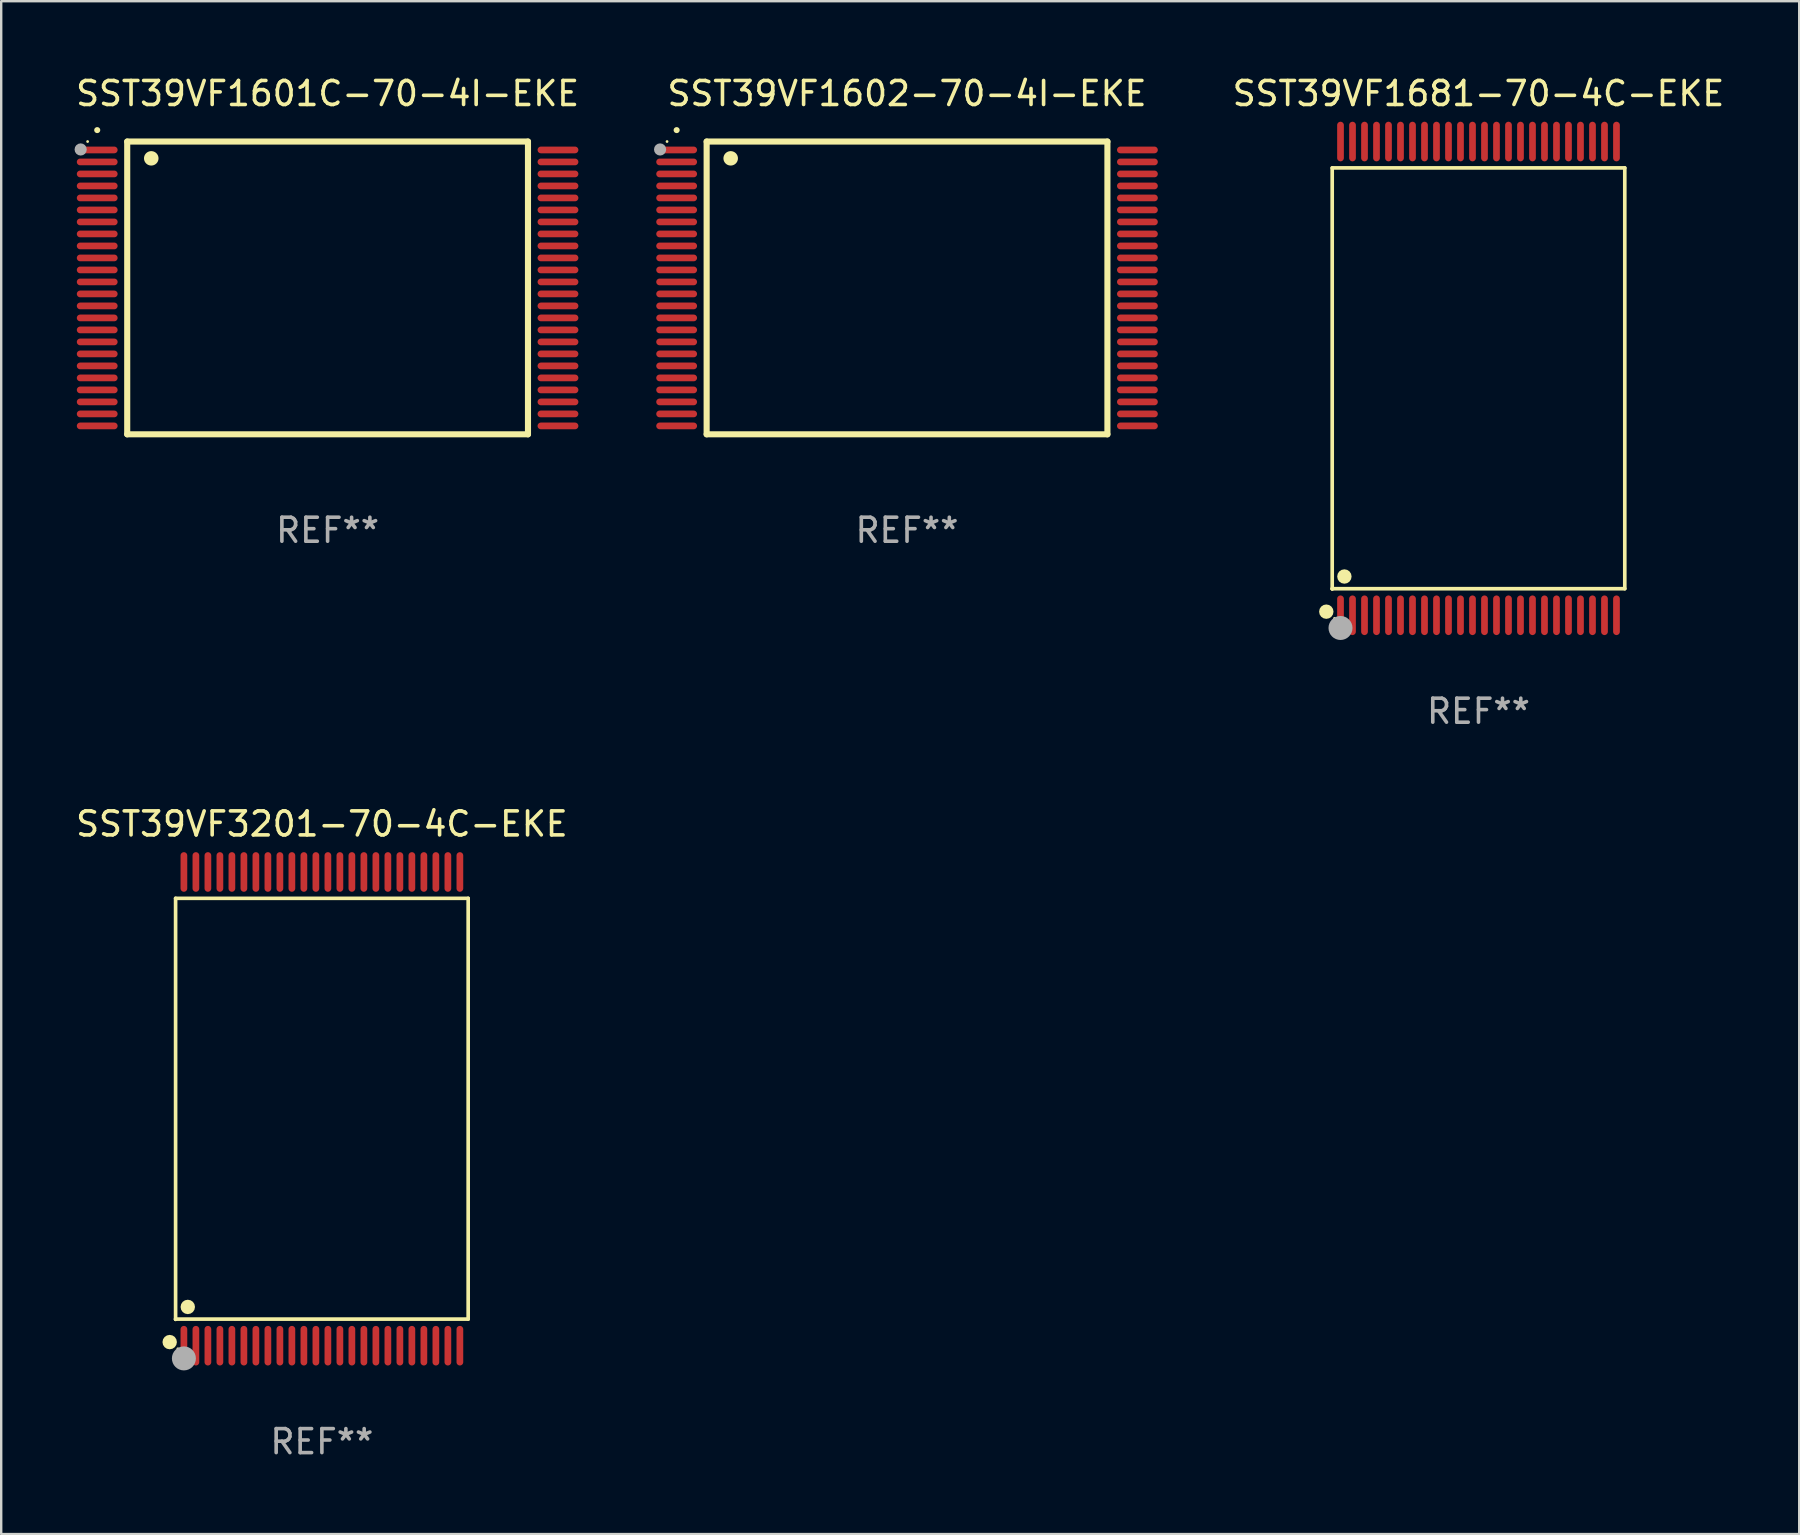
<source format=kicad_pcb>
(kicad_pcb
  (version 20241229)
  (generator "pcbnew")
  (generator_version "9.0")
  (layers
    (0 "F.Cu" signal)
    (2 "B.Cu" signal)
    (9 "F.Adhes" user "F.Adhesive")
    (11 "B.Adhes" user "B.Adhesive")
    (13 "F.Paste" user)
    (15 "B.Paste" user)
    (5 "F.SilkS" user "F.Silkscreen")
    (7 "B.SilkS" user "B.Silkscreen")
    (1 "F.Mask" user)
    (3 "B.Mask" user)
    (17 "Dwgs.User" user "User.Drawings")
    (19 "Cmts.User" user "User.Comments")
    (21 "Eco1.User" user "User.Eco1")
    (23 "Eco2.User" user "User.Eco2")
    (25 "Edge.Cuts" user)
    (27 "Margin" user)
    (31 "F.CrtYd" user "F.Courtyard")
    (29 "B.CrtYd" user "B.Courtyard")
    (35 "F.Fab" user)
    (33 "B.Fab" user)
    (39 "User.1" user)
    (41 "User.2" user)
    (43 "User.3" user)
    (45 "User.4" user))
  (footprint "SST39VF1602-70-4I-EKE"
    (layer "F.Cu")
    (at 34.746 8.948)
    (property "Reference" "SST39VF1602-70-4I-EKE" (at 0 -8.1 0) (layer "F.SilkS") (effects (font (size 1 1) (thickness 0.15))))
    (attr through_hole)
    (fp_line (start -8.35 -6.1) (end 8.35 -6.1) (stroke (width 0.254) (type solid)) (layer "F.SilkS"))
    (fp_line (start -8.35 6.1) (end -8.35 -6.1) (stroke (width 0.254) (type solid)) (layer "F.SilkS"))
    (fp_line (start 8.35 -6.1) (end 8.35 6.1) (stroke (width 0.254) (type solid)) (layer "F.SilkS"))
    (fp_line (start 8.35 6.1) (end -8.35 6.1) (stroke (width 0.254) (type solid)) (layer "F.SilkS"))
    (fp_arc (start -9.601219 -6.57606) (mid -9.599949 -6.576066) (end -9.598679 -6.57606) (stroke (width 0.25) (type solid)) (layer "F.SilkS"))
    (fp_arc (start -7.350775 -5.400038) (mid -7.348235 -5.400049) (end -7.345695 -5.400038) (stroke (width 0.6) (type solid)) (layer "F.SilkS"))
    (fp_circle (center -10 -6.1) (end -9.97 -6.1) (stroke (width 0.06) (type solid)) (fill no) (layer "F.SilkS"))
    (fp_circle (center -10.29 -5.77) (end -10.163 -5.77) (stroke (width 0.254) (type solid)) (fill no) (layer "F.Fab"))
    (fp_text user "REF**" (at 0 10.1 0) (layer "F.Fab") (effects (font (size 1 1) (thickness 0.15))))
    (pad "1" smd oval (at -9.6 -5.75 90) (size 0.28 1.7) (layers "F.Cu" "F.Mask" "F.Paste"))
    (pad "2" smd oval (at -9.6 -5.25 90) (size 0.28 1.7) (layers "F.Cu" "F.Mask" "F.Paste"))
    (pad "3" smd oval (at -9.6 -4.75 90) (size 0.28 1.7) (layers "F.Cu" "F.Mask" "F.Paste"))
    (pad "4" smd oval (at -9.6 -4.25 90) (size 0.28 1.7) (layers "F.Cu" "F.Mask" "F.Paste"))
    (pad "5" smd oval (at -9.6 -3.75 90) (size 0.28 1.7) (layers "F.Cu" "F.Mask" "F.Paste"))
    (pad "6" smd oval (at -9.6 -3.25 90) (size 0.28 1.7) (layers "F.Cu" "F.Mask" "F.Paste"))
    (pad "7" smd oval (at -9.6 -2.75 90) (size 0.28 1.7) (layers "F.Cu" "F.Mask" "F.Paste"))
    (pad "8" smd oval (at -9.6 -2.25 90) (size 0.28 1.7) (layers "F.Cu" "F.Mask" "F.Paste"))
    (pad "9" smd oval (at -9.6 -1.75 90) (size 0.28 1.7) (layers "F.Cu" "F.Mask" "F.Paste"))
    (pad "10" smd oval (at -9.6 -1.25 90) (size 0.28 1.7) (layers "F.Cu" "F.Mask" "F.Paste"))
    (pad "11" smd oval (at -9.6 -0.75 90) (size 0.28 1.7) (layers "F.Cu" "F.Mask" "F.Paste"))
    (pad "12" smd oval (at -9.6 -0.25 90) (size 0.28 1.7) (layers "F.Cu" "F.Mask" "F.Paste"))
    (pad "13" smd oval (at -9.6 0.25 90) (size 0.28 1.7) (layers "F.Cu" "F.Mask" "F.Paste"))
    (pad "14" smd oval (at -9.6 0.75 90) (size 0.28 1.7) (layers "F.Cu" "F.Mask" "F.Paste"))
    (pad "15" smd oval (at -9.6 1.25 90) (size 0.28 1.7) (layers "F.Cu" "F.Mask" "F.Paste"))
    (pad "16" smd oval (at -9.6 1.75 90) (size 0.28 1.7) (layers "F.Cu" "F.Mask" "F.Paste"))
    (pad "17" smd oval (at -9.6 2.25 90) (size 0.28 1.7) (layers "F.Cu" "F.Mask" "F.Paste"))
    (pad "18" smd oval (at -9.6 2.75 90) (size 0.28 1.7) (layers "F.Cu" "F.Mask" "F.Paste"))
    (pad "19" smd oval (at -9.6 3.25 90) (size 0.28 1.7) (layers "F.Cu" "F.Mask" "F.Paste"))
    (pad "20" smd oval (at -9.6 3.75 90) (size 0.28 1.7) (layers "F.Cu" "F.Mask" "F.Paste"))
    (pad "21" smd oval (at -9.6 4.25 90) (size 0.28 1.7) (layers "F.Cu" "F.Mask" "F.Paste"))
    (pad "22" smd oval (at -9.6 4.75 90) (size 0.28 1.7) (layers "F.Cu" "F.Mask" "F.Paste"))
    (pad "23" smd oval (at -9.6 5.25 90) (size 0.28 1.7) (layers "F.Cu" "F.Mask" "F.Paste"))
    (pad "24" smd oval (at -9.6 5.75 90) (size 0.28 1.7) (layers "F.Cu" "F.Mask" "F.Paste"))
    (pad "25" smd oval (at 9.6 5.75 90) (size 0.28 1.7) (layers "F.Cu" "F.Mask" "F.Paste"))
    (pad "26" smd oval (at 9.6 5.25 90) (size 0.28 1.7) (layers "F.Cu" "F.Mask" "F.Paste"))
    (pad "27" smd oval (at 9.6 4.75 90) (size 0.28 1.7) (layers "F.Cu" "F.Mask" "F.Paste"))
    (pad "28" smd oval (at 9.6 4.25 90) (size 0.28 1.7) (layers "F.Cu" "F.Mask" "F.Paste"))
    (pad "29" smd oval (at 9.6 3.75 90) (size 0.28 1.7) (layers "F.Cu" "F.Mask" "F.Paste"))
    (pad "30" smd oval (at 9.6 3.25 90) (size 0.28 1.7) (layers "F.Cu" "F.Mask" "F.Paste"))
    (pad "31" smd oval (at 9.6 2.75 90) (size 0.28 1.7) (layers "F.Cu" "F.Mask" "F.Paste"))
    (pad "32" smd oval (at 9.6 2.25 90) (size 0.28 1.7) (layers "F.Cu" "F.Mask" "F.Paste"))
    (pad "33" smd oval (at 9.6 1.75 90) (size 0.28 1.7) (layers "F.Cu" "F.Mask" "F.Paste"))
    (pad "34" smd oval (at 9.6 1.25 90) (size 0.28 1.7) (layers "F.Cu" "F.Mask" "F.Paste"))
    (pad "35" smd oval (at 9.6 0.75 90) (size 0.28 1.7) (layers "F.Cu" "F.Mask" "F.Paste"))
    (pad "36" smd oval (at 9.6 0.25 90) (size 0.28 1.7) (layers "F.Cu" "F.Mask" "F.Paste"))
    (pad "37" smd oval (at 9.6 -0.25 90) (size 0.28 1.7) (layers "F.Cu" "F.Mask" "F.Paste"))
    (pad "38" smd oval (at 9.6 -0.75 90) (size 0.28 1.7) (layers "F.Cu" "F.Mask" "F.Paste"))
    (pad "39" smd oval (at 9.6 -1.25 90) (size 0.28 1.7) (layers "F.Cu" "F.Mask" "F.Paste"))
    (pad "40" smd oval (at 9.6 -1.75 90) (size 0.28 1.7) (layers "F.Cu" "F.Mask" "F.Paste"))
    (pad "41" smd oval (at 9.6 -2.25 90) (size 0.28 1.7) (layers "F.Cu" "F.Mask" "F.Paste"))
    (pad "42" smd oval (at 9.6 -2.75 90) (size 0.28 1.7) (layers "F.Cu" "F.Mask" "F.Paste"))
    (pad "43" smd oval (at 9.6 -3.25 90) (size 0.28 1.7) (layers "F.Cu" "F.Mask" "F.Paste"))
    (pad "44" smd oval (at 9.6 -3.75 90) (size 0.28 1.7) (layers "F.Cu" "F.Mask" "F.Paste"))
    (pad "45" smd oval (at 9.6 -4.25 90) (size 0.28 1.7) (layers "F.Cu" "F.Mask" "F.Paste"))
    (pad "46" smd oval (at 9.6 -4.75 90) (size 0.28 1.7) (layers "F.Cu" "F.Mask" "F.Paste"))
    (pad "47" smd oval (at 9.6 -5.25 90) (size 0.28 1.7) (layers "F.Cu" "F.Mask" "F.Paste"))
    (pad "48" smd oval (at 9.6 -5.75 90) (size 0.28 1.7) (layers "F.Cu" "F.Mask" "F.Paste")))
  (footprint "SST39VF1681-70-4C-EKE"
    (layer "F.Cu")
    (at 58.559 12.718)
    (property "Reference" "SST39VF1681-70-4C-EKE" (at 0 -11.87 0) (layer "F.SilkS") (effects (font (size 1 1) (thickness 0.15))))
    (attr through_hole)
    (fp_line (start -6.096 -8.771) (end 6.096 -8.771) (stroke (width 0.152) (type solid)) (layer "F.SilkS"))
    (fp_line (start -6.096 8.763) (end -6.096 8.771) (stroke (width 0.152) (type solid)) (layer "F.SilkS"))
    (fp_line (start -6.096 8.771) (end -6.096 -8.771) (stroke (width 0.152) (type solid)) (layer "F.SilkS"))
    (fp_line (start 6.096 -8.771) (end 6.096 8.763) (stroke (width 0.152) (type solid)) (layer "F.SilkS"))
    (fp_line (start 6.096 8.763) (end -6.096 8.763) (stroke (width 0.152) (type solid)) (layer "F.SilkS"))
    (fp_circle (center -6.342 9.72) (end -6.192 9.72) (stroke (width 0.3) (type solid)) (fill no) (layer "F.SilkS"))
    (fp_circle (center -6 10) (end -5.97 10) (stroke (width 0.06) (type solid)) (fill no) (layer "F.SilkS"))
    (fp_circle (center -5.588 8.255) (end -5.438 8.255) (stroke (width 0.3) (type solid)) (fill no) (layer "F.SilkS"))
    (fp_circle (center -5.75 10.4) (end -5.5 10.4) (stroke (width 0.5) (type solid)) (fill no) (layer "F.Fab"))
    (fp_text user "REF**" (at 0 13.87 0) (layer "F.Fab") (effects (font (size 1 1) (thickness 0.15))))
    (pad "1" smd oval (at -5.75 9.87) (size 0.28 1.65) (layers "F.Cu" "F.Mask" "F.Paste"))
    (pad "2" smd oval (at -5.25 9.87) (size 0.28 1.65) (layers "F.Cu" "F.Mask" "F.Paste"))
    (pad "3" smd oval (at -4.75 9.87) (size 0.28 1.65) (layers "F.Cu" "F.Mask" "F.Paste"))
    (pad "4" smd oval (at -4.25 9.87) (size 0.28 1.65) (layers "F.Cu" "F.Mask" "F.Paste"))
    (pad "5" smd oval (at -3.75 9.87) (size 0.28 1.65) (layers "F.Cu" "F.Mask" "F.Paste"))
    (pad "6" smd oval (at -3.25 9.87) (size 0.28 1.65) (layers "F.Cu" "F.Mask" "F.Paste"))
    (pad "7" smd oval (at -2.75 9.87) (size 0.28 1.65) (layers "F.Cu" "F.Mask" "F.Paste"))
    (pad "8" smd oval (at -2.25 9.87) (size 0.28 1.65) (layers "F.Cu" "F.Mask" "F.Paste"))
    (pad "9" smd oval (at -1.75 9.87) (size 0.28 1.65) (layers "F.Cu" "F.Mask" "F.Paste"))
    (pad "10" smd oval (at -1.25 9.87) (size 0.28 1.65) (layers "F.Cu" "F.Mask" "F.Paste"))
    (pad "11" smd oval (at -0.75 9.87) (size 0.28 1.65) (layers "F.Cu" "F.Mask" "F.Paste"))
    (pad "12" smd oval (at -0.25 9.87) (size 0.28 1.65) (layers "F.Cu" "F.Mask" "F.Paste"))
    (pad "13" smd oval (at 0.25 9.87) (size 0.28 1.65) (layers "F.Cu" "F.Mask" "F.Paste"))
    (pad "14" smd oval (at 0.75 9.87) (size 0.28 1.65) (layers "F.Cu" "F.Mask" "F.Paste"))
    (pad "15" smd oval (at 1.25 9.87) (size 0.28 1.65) (layers "F.Cu" "F.Mask" "F.Paste"))
    (pad "16" smd oval (at 1.75 9.87) (size 0.28 1.65) (layers "F.Cu" "F.Mask" "F.Paste"))
    (pad "17" smd oval (at 2.25 9.87) (size 0.28 1.65) (layers "F.Cu" "F.Mask" "F.Paste"))
    (pad "18" smd oval (at 2.75 9.87) (size 0.28 1.65) (layers "F.Cu" "F.Mask" "F.Paste"))
    (pad "19" smd oval (at 3.25 9.87) (size 0.28 1.65) (layers "F.Cu" "F.Mask" "F.Paste"))
    (pad "20" smd oval (at 3.75 9.87) (size 0.28 1.65) (layers "F.Cu" "F.Mask" "F.Paste"))
    (pad "21" smd oval (at 4.25 9.87) (size 0.28 1.65) (layers "F.Cu" "F.Mask" "F.Paste"))
    (pad "22" smd oval (at 4.75 9.87) (size 0.28 1.65) (layers "F.Cu" "F.Mask" "F.Paste"))
    (pad "23" smd oval (at 5.25 9.87) (size 0.28 1.65) (layers "F.Cu" "F.Mask" "F.Paste"))
    (pad "24" smd oval (at 5.75 9.87) (size 0.28 1.65) (layers "F.Cu" "F.Mask" "F.Paste"))
    (pad "25" smd oval (at 5.75 -9.87) (size 0.28 1.65) (layers "F.Cu" "F.Mask" "F.Paste"))
    (pad "26" smd oval (at 5.25 -9.87) (size 0.28 1.65) (layers "F.Cu" "F.Mask" "F.Paste"))
    (pad "27" smd oval (at 4.75 -9.87) (size 0.28 1.65) (layers "F.Cu" "F.Mask" "F.Paste"))
    (pad "28" smd oval (at 4.25 -9.87) (size 0.28 1.65) (layers "F.Cu" "F.Mask" "F.Paste"))
    (pad "29" smd oval (at 3.75 -9.87) (size 0.28 1.65) (layers "F.Cu" "F.Mask" "F.Paste"))
    (pad "30" smd oval (at 3.25 -9.87) (size 0.28 1.65) (layers "F.Cu" "F.Mask" "F.Paste"))
    (pad "31" smd oval (at 2.75 -9.87) (size 0.28 1.65) (layers "F.Cu" "F.Mask" "F.Paste"))
    (pad "32" smd oval (at 2.25 -9.87) (size 0.28 1.65) (layers "F.Cu" "F.Mask" "F.Paste"))
    (pad "33" smd oval (at 1.75 -9.87) (size 0.28 1.65) (layers "F.Cu" "F.Mask" "F.Paste"))
    (pad "34" smd oval (at 1.25 -9.87) (size 0.28 1.65) (layers "F.Cu" "F.Mask" "F.Paste"))
    (pad "35" smd oval (at 0.75 -9.87) (size 0.28 1.65) (layers "F.Cu" "F.Mask" "F.Paste"))
    (pad "36" smd oval (at 0.25 -9.87) (size 0.28 1.65) (layers "F.Cu" "F.Mask" "F.Paste"))
    (pad "37" smd oval (at -0.25 -9.87) (size 0.28 1.65) (layers "F.Cu" "F.Mask" "F.Paste"))
    (pad "38" smd oval (at -0.75 -9.87) (size 0.28 1.65) (layers "F.Cu" "F.Mask" "F.Paste"))
    (pad "39" smd oval (at -1.25 -9.87) (size 0.28 1.65) (layers "F.Cu" "F.Mask" "F.Paste"))
    (pad "40" smd oval (at -1.75 -9.87) (size 0.28 1.65) (layers "F.Cu" "F.Mask" "F.Paste"))
    (pad "41" smd oval (at -2.25 -9.87) (size 0.28 1.65) (layers "F.Cu" "F.Mask" "F.Paste"))
    (pad "42" smd oval (at -2.75 -9.87) (size 0.28 1.65) (layers "F.Cu" "F.Mask" "F.Paste"))
    (pad "43" smd oval (at -3.25 -9.87) (size 0.28 1.65) (layers "F.Cu" "F.Mask" "F.Paste"))
    (pad "44" smd oval (at -3.75 -9.87) (size 0.28 1.65) (layers "F.Cu" "F.Mask" "F.Paste"))
    (pad "45" smd oval (at -4.25 -9.87) (size 0.28 1.65) (layers "F.Cu" "F.Mask" "F.Paste"))
    (pad "46" smd oval (at -4.75 -9.87) (size 0.28 1.65) (layers "F.Cu" "F.Mask" "F.Paste"))
    (pad "47" smd oval (at -5.25 -9.87) (size 0.28 1.65) (layers "F.Cu" "F.Mask" "F.Paste"))
    (pad "48" smd oval (at -5.75 -9.87) (size 0.28 1.65) (layers "F.Cu" "F.Mask" "F.Paste")))
  (footprint "SST39VF1601C-70-4I-EKE"
    (layer "F.Cu")
    (at 10.601 8.948)
    (property "Reference" "SST39VF1601C-70-4I-EKE" (at 0 -8.1 0) (layer "F.SilkS") (effects (font (size 1 1) (thickness 0.15))))
    (attr through_hole)
    (fp_line (start -8.35 -6.1) (end 8.35 -6.1) (stroke (width 0.254) (type solid)) (layer "F.SilkS"))
    (fp_line (start -8.35 6.1) (end -8.35 -6.1) (stroke (width 0.254) (type solid)) (layer "F.SilkS"))
    (fp_line (start 8.35 -6.1) (end 8.35 6.1) (stroke (width 0.254) (type solid)) (layer "F.SilkS"))
    (fp_line (start 8.35 6.1) (end -8.35 6.1) (stroke (width 0.254) (type solid)) (layer "F.SilkS"))
    (fp_arc (start -9.601219 -6.57606) (mid -9.599949 -6.576066) (end -9.598679 -6.57606) (stroke (width 0.25) (type solid)) (layer "F.SilkS"))
    (fp_arc (start -7.350775 -5.400038) (mid -7.348235 -5.400049) (end -7.345695 -5.400038) (stroke (width 0.6) (type solid)) (layer "F.SilkS"))
    (fp_circle (center -10 -6.1) (end -9.97 -6.1) (stroke (width 0.06) (type solid)) (fill no) (layer "F.SilkS"))
    (fp_circle (center -10.29 -5.77) (end -10.163 -5.77) (stroke (width 0.254) (type solid)) (fill no) (layer "F.Fab"))
    (fp_text user "REF**" (at 0 10.1 0) (layer "F.Fab") (effects (font (size 1 1) (thickness 0.15))))
    (pad "1" smd oval (at -9.6 -5.75 90) (size 0.28 1.7) (layers "F.Cu" "F.Mask" "F.Paste"))
    (pad "2" smd oval (at -9.6 -5.25 90) (size 0.28 1.7) (layers "F.Cu" "F.Mask" "F.Paste"))
    (pad "3" smd oval (at -9.6 -4.75 90) (size 0.28 1.7) (layers "F.Cu" "F.Mask" "F.Paste"))
    (pad "4" smd oval (at -9.6 -4.25 90) (size 0.28 1.7) (layers "F.Cu" "F.Mask" "F.Paste"))
    (pad "5" smd oval (at -9.6 -3.75 90) (size 0.28 1.7) (layers "F.Cu" "F.Mask" "F.Paste"))
    (pad "6" smd oval (at -9.6 -3.25 90) (size 0.28 1.7) (layers "F.Cu" "F.Mask" "F.Paste"))
    (pad "7" smd oval (at -9.6 -2.75 90) (size 0.28 1.7) (layers "F.Cu" "F.Mask" "F.Paste"))
    (pad "8" smd oval (at -9.6 -2.25 90) (size 0.28 1.7) (layers "F.Cu" "F.Mask" "F.Paste"))
    (pad "9" smd oval (at -9.6 -1.75 90) (size 0.28 1.7) (layers "F.Cu" "F.Mask" "F.Paste"))
    (pad "10" smd oval (at -9.6 -1.25 90) (size 0.28 1.7) (layers "F.Cu" "F.Mask" "F.Paste"))
    (pad "11" smd oval (at -9.6 -0.75 90) (size 0.28 1.7) (layers "F.Cu" "F.Mask" "F.Paste"))
    (pad "12" smd oval (at -9.6 -0.25 90) (size 0.28 1.7) (layers "F.Cu" "F.Mask" "F.Paste"))
    (pad "13" smd oval (at -9.6 0.25 90) (size 0.28 1.7) (layers "F.Cu" "F.Mask" "F.Paste"))
    (pad "14" smd oval (at -9.6 0.75 90) (size 0.28 1.7) (layers "F.Cu" "F.Mask" "F.Paste"))
    (pad "15" smd oval (at -9.6 1.25 90) (size 0.28 1.7) (layers "F.Cu" "F.Mask" "F.Paste"))
    (pad "16" smd oval (at -9.6 1.75 90) (size 0.28 1.7) (layers "F.Cu" "F.Mask" "F.Paste"))
    (pad "17" smd oval (at -9.6 2.25 90) (size 0.28 1.7) (layers "F.Cu" "F.Mask" "F.Paste"))
    (pad "18" smd oval (at -9.6 2.75 90) (size 0.28 1.7) (layers "F.Cu" "F.Mask" "F.Paste"))
    (pad "19" smd oval (at -9.6 3.25 90) (size 0.28 1.7) (layers "F.Cu" "F.Mask" "F.Paste"))
    (pad "20" smd oval (at -9.6 3.75 90) (size 0.28 1.7) (layers "F.Cu" "F.Mask" "F.Paste"))
    (pad "21" smd oval (at -9.6 4.25 90) (size 0.28 1.7) (layers "F.Cu" "F.Mask" "F.Paste"))
    (pad "22" smd oval (at -9.6 4.75 90) (size 0.28 1.7) (layers "F.Cu" "F.Mask" "F.Paste"))
    (pad "23" smd oval (at -9.6 5.25 90) (size 0.28 1.7) (layers "F.Cu" "F.Mask" "F.Paste"))
    (pad "24" smd oval (at -9.6 5.75 90) (size 0.28 1.7) (layers "F.Cu" "F.Mask" "F.Paste"))
    (pad "25" smd oval (at 9.6 5.75 90) (size 0.28 1.7) (layers "F.Cu" "F.Mask" "F.Paste"))
    (pad "26" smd oval (at 9.6 5.25 90) (size 0.28 1.7) (layers "F.Cu" "F.Mask" "F.Paste"))
    (pad "27" smd oval (at 9.6 4.75 90) (size 0.28 1.7) (layers "F.Cu" "F.Mask" "F.Paste"))
    (pad "28" smd oval (at 9.6 4.25 90) (size 0.28 1.7) (layers "F.Cu" "F.Mask" "F.Paste"))
    (pad "29" smd oval (at 9.6 3.75 90) (size 0.28 1.7) (layers "F.Cu" "F.Mask" "F.Paste"))
    (pad "30" smd oval (at 9.6 3.25 90) (size 0.28 1.7) (layers "F.Cu" "F.Mask" "F.Paste"))
    (pad "31" smd oval (at 9.6 2.75 90) (size 0.28 1.7) (layers "F.Cu" "F.Mask" "F.Paste"))
    (pad "32" smd oval (at 9.6 2.25 90) (size 0.28 1.7) (layers "F.Cu" "F.Mask" "F.Paste"))
    (pad "33" smd oval (at 9.6 1.75 90) (size 0.28 1.7) (layers "F.Cu" "F.Mask" "F.Paste"))
    (pad "34" smd oval (at 9.6 1.25 90) (size 0.28 1.7) (layers "F.Cu" "F.Mask" "F.Paste"))
    (pad "35" smd oval (at 9.6 0.75 90) (size 0.28 1.7) (layers "F.Cu" "F.Mask" "F.Paste"))
    (pad "36" smd oval (at 9.6 0.25 90) (size 0.28 1.7) (layers "F.Cu" "F.Mask" "F.Paste"))
    (pad "37" smd oval (at 9.6 -0.25 90) (size 0.28 1.7) (layers "F.Cu" "F.Mask" "F.Paste"))
    (pad "38" smd oval (at 9.6 -0.75 90) (size 0.28 1.7) (layers "F.Cu" "F.Mask" "F.Paste"))
    (pad "39" smd oval (at 9.6 -1.25 90) (size 0.28 1.7) (layers "F.Cu" "F.Mask" "F.Paste"))
    (pad "40" smd oval (at 9.6 -1.75 90) (size 0.28 1.7) (layers "F.Cu" "F.Mask" "F.Paste"))
    (pad "41" smd oval (at 9.6 -2.25 90) (size 0.28 1.7) (layers "F.Cu" "F.Mask" "F.Paste"))
    (pad "42" smd oval (at 9.6 -2.75 90) (size 0.28 1.7) (layers "F.Cu" "F.Mask" "F.Paste"))
    (pad "43" smd oval (at 9.6 -3.25 90) (size 0.28 1.7) (layers "F.Cu" "F.Mask" "F.Paste"))
    (pad "44" smd oval (at 9.6 -3.75 90) (size 0.28 1.7) (layers "F.Cu" "F.Mask" "F.Paste"))
    (pad "45" smd oval (at 9.6 -4.25 90) (size 0.28 1.7) (layers "F.Cu" "F.Mask" "F.Paste"))
    (pad "46" smd oval (at 9.6 -4.75 90) (size 0.28 1.7) (layers "F.Cu" "F.Mask" "F.Paste"))
    (pad "47" smd oval (at 9.6 -5.25 90) (size 0.28 1.7) (layers "F.Cu" "F.Mask" "F.Paste"))
    (pad "48" smd oval (at 9.6 -5.75 90) (size 0.28 1.7) (layers "F.Cu" "F.Mask" "F.Paste")))
  (footprint "SST39VF3201-70-4C-EKE"
    (layer "F.Cu")
    (at 10.363 43.155)
    (property "Reference" "SST39VF3201-70-4C-EKE" (at 0 -11.87 0) (layer "F.SilkS") (effects (font (size 1 1) (thickness 0.15))))
    (attr through_hole)
    (fp_line (start -6.096 -8.771) (end 6.096 -8.771) (stroke (width 0.152) (type solid)) (layer "F.SilkS"))
    (fp_line (start -6.096 8.763) (end -6.096 8.771) (stroke (width 0.152) (type solid)) (layer "F.SilkS"))
    (fp_line (start -6.096 8.771) (end -6.096 -8.771) (stroke (width 0.152) (type solid)) (layer "F.SilkS"))
    (fp_line (start 6.096 -8.771) (end 6.096 8.763) (stroke (width 0.152) (type solid)) (layer "F.SilkS"))
    (fp_line (start 6.096 8.763) (end -6.096 8.763) (stroke (width 0.152) (type solid)) (layer "F.SilkS"))
    (fp_circle (center -6.342 9.72) (end -6.192 9.72) (stroke (width 0.3) (type solid)) (fill no) (layer "F.SilkS"))
    (fp_circle (center -6 10) (end -5.97 10) (stroke (width 0.06) (type solid)) (fill no) (layer "F.SilkS"))
    (fp_circle (center -5.588 8.255) (end -5.438 8.255) (stroke (width 0.3) (type solid)) (fill no) (layer "F.SilkS"))
    (fp_circle (center -5.75 10.4) (end -5.5 10.4) (stroke (width 0.5) (type solid)) (fill no) (layer "F.Fab"))
    (fp_text user "REF**" (at 0 13.87 0) (layer "F.Fab") (effects (font (size 1 1) (thickness 0.15))))
    (pad "1" smd oval (at -5.75 9.87) (size 0.28 1.65) (layers "F.Cu" "F.Mask" "F.Paste"))
    (pad "2" smd oval (at -5.25 9.87) (size 0.28 1.65) (layers "F.Cu" "F.Mask" "F.Paste"))
    (pad "3" smd oval (at -4.75 9.87) (size 0.28 1.65) (layers "F.Cu" "F.Mask" "F.Paste"))
    (pad "4" smd oval (at -4.25 9.87) (size 0.28 1.65) (layers "F.Cu" "F.Mask" "F.Paste"))
    (pad "5" smd oval (at -3.75 9.87) (size 0.28 1.65) (layers "F.Cu" "F.Mask" "F.Paste"))
    (pad "6" smd oval (at -3.25 9.87) (size 0.28 1.65) (layers "F.Cu" "F.Mask" "F.Paste"))
    (pad "7" smd oval (at -2.75 9.87) (size 0.28 1.65) (layers "F.Cu" "F.Mask" "F.Paste"))
    (pad "8" smd oval (at -2.25 9.87) (size 0.28 1.65) (layers "F.Cu" "F.Mask" "F.Paste"))
    (pad "9" smd oval (at -1.75 9.87) (size 0.28 1.65) (layers "F.Cu" "F.Mask" "F.Paste"))
    (pad "10" smd oval (at -1.25 9.87) (size 0.28 1.65) (layers "F.Cu" "F.Mask" "F.Paste"))
    (pad "11" smd oval (at -0.75 9.87) (size 0.28 1.65) (layers "F.Cu" "F.Mask" "F.Paste"))
    (pad "12" smd oval (at -0.25 9.87) (size 0.28 1.65) (layers "F.Cu" "F.Mask" "F.Paste"))
    (pad "13" smd oval (at 0.25 9.87) (size 0.28 1.65) (layers "F.Cu" "F.Mask" "F.Paste"))
    (pad "14" smd oval (at 0.75 9.87) (size 0.28 1.65) (layers "F.Cu" "F.Mask" "F.Paste"))
    (pad "15" smd oval (at 1.25 9.87) (size 0.28 1.65) (layers "F.Cu" "F.Mask" "F.Paste"))
    (pad "16" smd oval (at 1.75 9.87) (size 0.28 1.65) (layers "F.Cu" "F.Mask" "F.Paste"))
    (pad "17" smd oval (at 2.25 9.87) (size 0.28 1.65) (layers "F.Cu" "F.Mask" "F.Paste"))
    (pad "18" smd oval (at 2.75 9.87) (size 0.28 1.65) (layers "F.Cu" "F.Mask" "F.Paste"))
    (pad "19" smd oval (at 3.25 9.87) (size 0.28 1.65) (layers "F.Cu" "F.Mask" "F.Paste"))
    (pad "20" smd oval (at 3.75 9.87) (size 0.28 1.65) (layers "F.Cu" "F.Mask" "F.Paste"))
    (pad "21" smd oval (at 4.25 9.87) (size 0.28 1.65) (layers "F.Cu" "F.Mask" "F.Paste"))
    (pad "22" smd oval (at 4.75 9.87) (size 0.28 1.65) (layers "F.Cu" "F.Mask" "F.Paste"))
    (pad "23" smd oval (at 5.25 9.87) (size 0.28 1.65) (layers "F.Cu" "F.Mask" "F.Paste"))
    (pad "24" smd oval (at 5.75 9.87) (size 0.28 1.65) (layers "F.Cu" "F.Mask" "F.Paste"))
    (pad "25" smd oval (at 5.75 -9.87) (size 0.28 1.65) (layers "F.Cu" "F.Mask" "F.Paste"))
    (pad "26" smd oval (at 5.25 -9.87) (size 0.28 1.65) (layers "F.Cu" "F.Mask" "F.Paste"))
    (pad "27" smd oval (at 4.75 -9.87) (size 0.28 1.65) (layers "F.Cu" "F.Mask" "F.Paste"))
    (pad "28" smd oval (at 4.25 -9.87) (size 0.28 1.65) (layers "F.Cu" "F.Mask" "F.Paste"))
    (pad "29" smd oval (at 3.75 -9.87) (size 0.28 1.65) (layers "F.Cu" "F.Mask" "F.Paste"))
    (pad "30" smd oval (at 3.25 -9.87) (size 0.28 1.65) (layers "F.Cu" "F.Mask" "F.Paste"))
    (pad "31" smd oval (at 2.75 -9.87) (size 0.28 1.65) (layers "F.Cu" "F.Mask" "F.Paste"))
    (pad "32" smd oval (at 2.25 -9.87) (size 0.28 1.65) (layers "F.Cu" "F.Mask" "F.Paste"))
    (pad "33" smd oval (at 1.75 -9.87) (size 0.28 1.65) (layers "F.Cu" "F.Mask" "F.Paste"))
    (pad "34" smd oval (at 1.25 -9.87) (size 0.28 1.65) (layers "F.Cu" "F.Mask" "F.Paste"))
    (pad "35" smd oval (at 0.75 -9.87) (size 0.28 1.65) (layers "F.Cu" "F.Mask" "F.Paste"))
    (pad "36" smd oval (at 0.25 -9.87) (size 0.28 1.65) (layers "F.Cu" "F.Mask" "F.Paste"))
    (pad "37" smd oval (at -0.25 -9.87) (size 0.28 1.65) (layers "F.Cu" "F.Mask" "F.Paste"))
    (pad "38" smd oval (at -0.75 -9.87) (size 0.28 1.65) (layers "F.Cu" "F.Mask" "F.Paste"))
    (pad "39" smd oval (at -1.25 -9.87) (size 0.28 1.65) (layers "F.Cu" "F.Mask" "F.Paste"))
    (pad "40" smd oval (at -1.75 -9.87) (size 0.28 1.65) (layers "F.Cu" "F.Mask" "F.Paste"))
    (pad "41" smd oval (at -2.25 -9.87) (size 0.28 1.65) (layers "F.Cu" "F.Mask" "F.Paste"))
    (pad "42" smd oval (at -2.75 -9.87) (size 0.28 1.65) (layers "F.Cu" "F.Mask" "F.Paste"))
    (pad "43" smd oval (at -3.25 -9.87) (size 0.28 1.65) (layers "F.Cu" "F.Mask" "F.Paste"))
    (pad "44" smd oval (at -3.75 -9.87) (size 0.28 1.65) (layers "F.Cu" "F.Mask" "F.Paste"))
    (pad "45" smd oval (at -4.25 -9.87) (size 0.28 1.65) (layers "F.Cu" "F.Mask" "F.Paste"))
    (pad "46" smd oval (at -4.75 -9.87) (size 0.28 1.65) (layers "F.Cu" "F.Mask" "F.Paste"))
    (pad "47" smd oval (at -5.25 -9.87) (size 0.28 1.65) (layers "F.Cu" "F.Mask" "F.Paste"))
    (pad "48" smd oval (at -5.75 -9.87) (size 0.28 1.65) (layers "F.Cu" "F.Mask" "F.Paste")))
  (gr_rect
    (start -3 -3)
    (end 71.923 60.874)
    (stroke (width 0.1) (type default))
    (fill no)
    (layer "Edge.Cuts")))
</source>
